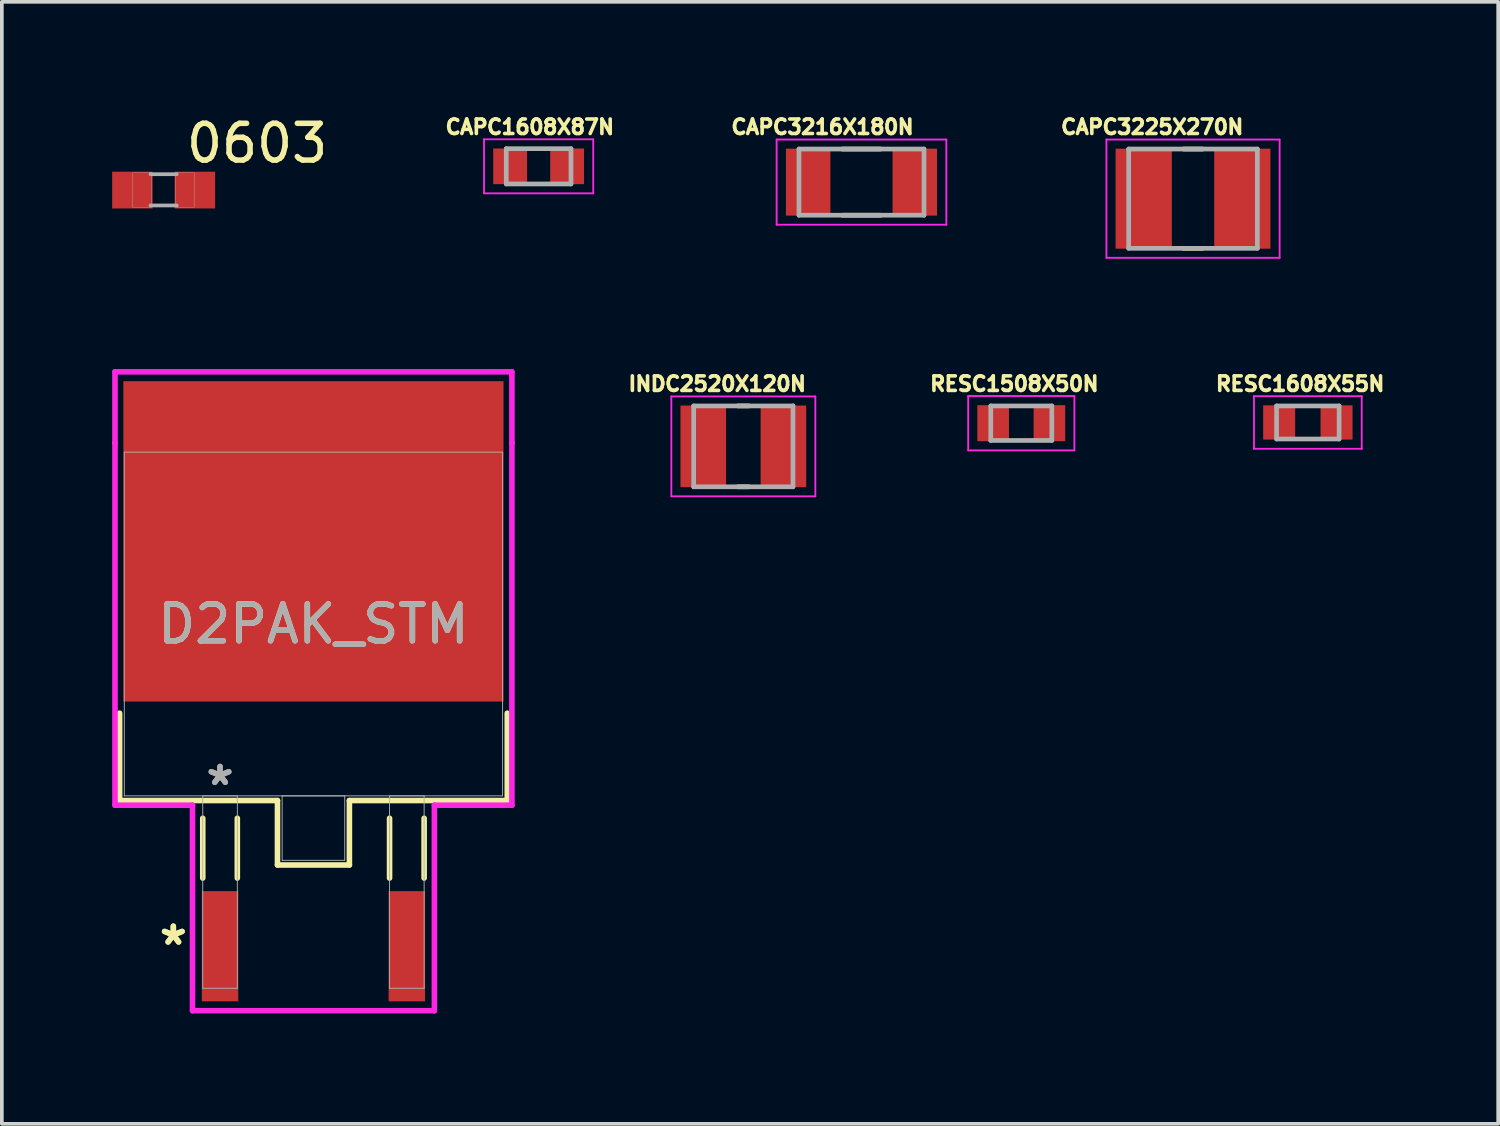
<source format=kicad_pcb>
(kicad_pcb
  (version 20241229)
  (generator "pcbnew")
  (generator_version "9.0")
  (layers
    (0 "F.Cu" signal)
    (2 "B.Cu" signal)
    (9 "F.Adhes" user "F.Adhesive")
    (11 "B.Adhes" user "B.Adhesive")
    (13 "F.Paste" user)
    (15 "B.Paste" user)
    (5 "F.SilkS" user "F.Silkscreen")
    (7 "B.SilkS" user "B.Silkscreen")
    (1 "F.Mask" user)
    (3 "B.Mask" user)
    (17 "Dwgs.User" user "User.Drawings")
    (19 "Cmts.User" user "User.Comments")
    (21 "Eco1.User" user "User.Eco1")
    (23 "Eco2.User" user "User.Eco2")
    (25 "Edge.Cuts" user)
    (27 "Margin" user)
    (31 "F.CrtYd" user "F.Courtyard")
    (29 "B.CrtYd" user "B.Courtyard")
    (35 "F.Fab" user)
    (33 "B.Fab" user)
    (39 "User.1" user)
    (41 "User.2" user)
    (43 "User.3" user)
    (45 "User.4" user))
  (footprint "RESC1608X55N"
    (layer "F.Cu")
    (at 32.517 8.439)
    (property "Reference" "RESC1608X55N" (at -0.21 -1.05 0) (layer "F.SilkS") (effects (font (size 0.394 0.394) (thickness 0.15))))
    (attr smd)
    (fp_line (start -1.465 -0.715) (end 1.465 -0.715) (stroke (width 0.05) (type solid)) (layer "F.CrtYd"))
    (fp_line (start -1.465 0.715) (end -1.465 -0.715) (stroke (width 0.05) (type solid)) (layer "F.CrtYd"))
    (fp_line (start -1.465 0.715) (end 1.465 0.715) (stroke (width 0.05) (type solid)) (layer "F.CrtYd"))
    (fp_line (start 1.465 0.715) (end 1.465 -0.715) (stroke (width 0.05) (type solid)) (layer "F.CrtYd"))
    (fp_line (start -0.85 0.45) (end -0.85 -0.45) (stroke (width 0.127) (type solid)) (layer "F.Fab"))
    (fp_line (start 0.85 -0.45) (end -0.85 -0.45) (stroke (width 0.127) (type solid)) (layer "F.Fab"))
    (fp_line (start 0.85 0.45) (end -0.85 0.45) (stroke (width 0.127) (type solid)) (layer "F.Fab"))
    (fp_line (start 0.85 0.45) (end 0.85 -0.45) (stroke (width 0.127) (type solid)) (layer "F.Fab"))
    (pad "1" smd rect (at -0.78 0) (size 0.87 0.93) (layers "F.Cu" "F.Mask" "F.Paste"))
    (pad "2" smd rect (at 0.78 0) (size 0.87 0.93) (layers "F.Cu" "F.Mask" "F.Paste")))
  (footprint "RESC1508X50N"
    (layer "F.Cu")
    (at 24.724 8.459)
    (property "Reference" "RESC1508X50N" (at -0.19 -1.07 0) (layer "F.SilkS") (effects (font (size 0.394 0.394) (thickness 0.15))))
    (attr smd)
    (fp_line (start -1.444 -0.74) (end 1.444 -0.74) (stroke (width 0.05) (type solid)) (layer "F.CrtYd"))
    (fp_line (start -1.444 0.74) (end -1.444 -0.74) (stroke (width 0.05) (type solid)) (layer "F.CrtYd"))
    (fp_line (start -1.444 0.74) (end 1.444 0.74) (stroke (width 0.05) (type solid)) (layer "F.CrtYd"))
    (fp_line (start 1.444 0.74) (end 1.444 -0.74) (stroke (width 0.05) (type solid)) (layer "F.CrtYd"))
    (fp_line (start -0.83 0.47) (end -0.83 -0.47) (stroke (width 0.127) (type solid)) (layer "F.Fab"))
    (fp_line (start 0.83 -0.47) (end -0.83 -0.47) (stroke (width 0.127) (type solid)) (layer "F.Fab"))
    (fp_line (start 0.83 0.47) (end -0.83 0.47) (stroke (width 0.127) (type solid)) (layer "F.Fab"))
    (fp_line (start 0.83 0.47) (end 0.83 -0.47) (stroke (width 0.127) (type solid)) (layer "F.Fab"))
    (pad "1" smd rect (at -0.765 0) (size 0.86 0.98) (layers "F.Cu" "F.Mask" "F.Paste"))
    (pad "2" smd rect (at 0.765 0) (size 0.86 0.98) (layers "F.Cu" "F.Mask" "F.Paste")))
  (footprint "INDC2520X120N"
    (layer "F.Cu")
    (at 17.165 9.089)
    (property "Reference" "INDC2520X120N" (at -0.71 -1.7 0) (layer "F.SilkS") (effects (font (size 0.394 0.394) (thickness 0.15))))
    (attr smd)
    (fp_line (start -0.15 -1.1) (end 0.15 -1.1) (stroke (width 0.127) (type solid)) (layer "F.SilkS"))
    (fp_line (start -0.15 1.1) (end 0.15 1.1) (stroke (width 0.127) (type solid)) (layer "F.SilkS"))
    (fp_line (start -1.958 -1.358) (end 1.958 -1.358) (stroke (width 0.05) (type solid)) (layer "F.CrtYd"))
    (fp_line (start -1.958 1.358) (end -1.958 -1.358) (stroke (width 0.05) (type solid)) (layer "F.CrtYd"))
    (fp_line (start -1.958 1.358) (end 1.958 1.358) (stroke (width 0.05) (type solid)) (layer "F.CrtYd"))
    (fp_line (start 1.958 1.358) (end 1.958 -1.358) (stroke (width 0.05) (type solid)) (layer "F.CrtYd"))
    (fp_line (start -1.35 1.1) (end -1.35 -1.1) (stroke (width 0.127) (type solid)) (layer "F.Fab"))
    (fp_line (start 1.35 -1.1) (end -1.35 -1.1) (stroke (width 0.127) (type solid)) (layer "F.Fab"))
    (fp_line (start 1.35 1.1) (end -1.35 1.1) (stroke (width 0.127) (type solid)) (layer "F.Fab"))
    (fp_line (start 1.35 1.1) (end 1.35 -1.1) (stroke (width 0.127) (type solid)) (layer "F.Fab"))
    (pad "1" smd rect (at -1.09 0) (size 1.24 2.22) (layers "F.Cu" "F.Mask" "F.Paste"))
    (pad "2" smd rect (at 1.09 0) (size 1.24 2.22) (layers "F.Cu" "F.Mask" "F.Paste")))
  (footprint "0603"
    (layer "F.Cu")
    (at 1.4 2.119)
    (property "Reference" "0603" (at 2.541 -1.271 0) (layer "F.SilkS") (effects (font (size 1 1) (thickness 0.15))))
    (attr smd)
    (fp_line (start -0.356 -0.432) (end 0.356 -0.432) (stroke (width 0.102) (type solid)) (layer "F.Fab"))
    (fp_line (start -0.356 0.419) (end 0.356 0.419) (stroke (width 0.102) (type solid)) (layer "F.Fab"))
    (fp_poly (pts (xy -0.839 -0.48) (xy -0.338 -0.48) (xy -0.338 0.47) (xy -0.839 0.47)) (stroke (width 0.01) (type solid)) (fill no) (layer "F.Fab"))
    (fp_poly (pts (xy 0.33 -0.48) (xy 0.83 -0.48) (xy 0.83 0.47) (xy 0.33 0.47)) (stroke (width 0.01) (type solid)) (fill no) (layer "F.Fab"))
    (pad "1" smd rect (at -0.85 0) (size 1.1 1) (layers "F.Cu" "F.Mask" "F.Paste"))
    (pad "2" smd rect (at 0.85 0) (size 1.1 1) (layers "F.Cu" "F.Mask" "F.Paste")))
  (footprint "CAPC3225X270N"
    (layer "F.Cu")
    (at 29.394 2.353)
    (property "Reference" "CAPC3225X270N" (at -1.11 -1.95 0) (layer "F.SilkS") (effects (font (size 0.394 0.394) (thickness 0.15))))
    (attr smd)
    (fp_line (start -0.26 -1.35) (end 0.26 -1.35) (stroke (width 0.127) (type solid)) (layer "F.SilkS"))
    (fp_line (start -0.26 1.35) (end 0.26 1.35) (stroke (width 0.127) (type solid)) (layer "F.SilkS"))
    (fp_line (start -2.355 -1.608) (end 2.355 -1.608) (stroke (width 0.05) (type solid)) (layer "F.CrtYd"))
    (fp_line (start -2.355 1.608) (end -2.355 -1.608) (stroke (width 0.05) (type solid)) (layer "F.CrtYd"))
    (fp_line (start -2.355 1.608) (end 2.355 1.608) (stroke (width 0.05) (type solid)) (layer "F.CrtYd"))
    (fp_line (start 2.355 1.608) (end 2.355 -1.608) (stroke (width 0.05) (type solid)) (layer "F.CrtYd"))
    (fp_line (start -1.75 1.35) (end -1.75 -1.35) (stroke (width 0.127) (type solid)) (layer "F.Fab"))
    (fp_line (start 1.75 -1.35) (end -1.75 -1.35) (stroke (width 0.127) (type solid)) (layer "F.Fab"))
    (fp_line (start 1.75 1.35) (end -1.75 1.35) (stroke (width 0.127) (type solid)) (layer "F.Fab"))
    (fp_line (start 1.75 1.35) (end 1.75 -1.35) (stroke (width 0.127) (type solid)) (layer "F.Fab"))
    (pad "1" smd rect (at -1.341 0) (size 1.53 2.72) (layers "F.Cu" "F.Mask" "F.Paste"))
    (pad "2" smd rect (at 1.341 0) (size 1.53 2.72) (layers "F.Cu" "F.Mask" "F.Paste")))
  (footprint "CAPC3216X180N"
    (layer "F.Cu")
    (at 20.378 1.903)
    (property "Reference" "CAPC3216X180N" (at -1.06 -1.5 0) (layer "F.SilkS") (effects (font (size 0.394 0.394) (thickness 0.15))))
    (attr smd)
    (fp_line (start -0.52 -0.9) (end 0.52 -0.9) (stroke (width 0.127) (type solid)) (layer "F.SilkS"))
    (fp_line (start -0.52 0.9) (end 0.52 0.9) (stroke (width 0.127) (type solid)) (layer "F.SilkS"))
    (fp_line (start -2.308 -1.158) (end 2.308 -1.158) (stroke (width 0.05) (type solid)) (layer "F.CrtYd"))
    (fp_line (start -2.308 1.158) (end -2.308 -1.158) (stroke (width 0.05) (type solid)) (layer "F.CrtYd"))
    (fp_line (start -2.308 1.158) (end 2.308 1.158) (stroke (width 0.05) (type solid)) (layer "F.CrtYd"))
    (fp_line (start 2.308 1.158) (end 2.308 -1.158) (stroke (width 0.05) (type solid)) (layer "F.CrtYd"))
    (fp_line (start -1.7 0.9) (end -1.7 -0.9) (stroke (width 0.127) (type solid)) (layer "F.Fab"))
    (fp_line (start 1.7 -0.9) (end -1.7 -0.9) (stroke (width 0.127) (type solid)) (layer "F.Fab"))
    (fp_line (start 1.7 0.9) (end -1.7 0.9) (stroke (width 0.127) (type solid)) (layer "F.Fab"))
    (fp_line (start 1.7 0.9) (end 1.7 -0.9) (stroke (width 0.127) (type solid)) (layer "F.Fab"))
    (pad "1" smd rect (at -1.45 0) (size 1.21 1.82) (layers "F.Cu" "F.Mask" "F.Paste"))
    (pad "2" smd rect (at 1.45 0) (size 1.21 1.82) (layers "F.Cu" "F.Mask" "F.Paste")))
  (footprint "D2PAK_STM"
    (layer "F.Cu")
    (at 5.474 13.92)
    (property "Reference" "D2PAK_STM" (at 0 0 0) (unlocked yes) (layer "F.SilkS") (effects (font (size 1 1) (thickness 0.15))))
    (attr smd)
    (fp_line (start -5.271 2.425) (end -5.271 4.801) (stroke (width 0.152) (type solid)) (layer "F.SilkS"))
    (fp_line (start -5.271 4.801) (end -0.978 4.801) (stroke (width 0.152) (type solid)) (layer "F.SilkS"))
    (fp_line (start -3.01 5.283) (end -3.01 6.909) (stroke (width 0.152) (type solid)) (layer "F.SilkS"))
    (fp_line (start -2.07 5.283) (end -2.07 6.909) (stroke (width 0.152) (type solid)) (layer "F.SilkS"))
    (fp_line (start -0.978 4.801) (end -0.978 6.553) (stroke (width 0.152) (type solid)) (layer "F.SilkS"))
    (fp_line (start -0.978 6.553) (end 0.978 6.553) (stroke (width 0.152) (type solid)) (layer "F.SilkS"))
    (fp_line (start 0.978 4.801) (end 5.271 4.801) (stroke (width 0.152) (type solid)) (layer "F.SilkS"))
    (fp_line (start 0.978 6.553) (end 0.978 4.801) (stroke (width 0.152) (type solid)) (layer "F.SilkS"))
    (fp_line (start 2.07 5.283) (end 2.07 6.909) (stroke (width 0.152) (type solid)) (layer "F.SilkS"))
    (fp_line (start 3.01 5.283) (end 3.01 6.909) (stroke (width 0.152) (type solid)) (layer "F.SilkS"))
    (fp_line (start 5.271 4.801) (end 5.271 2.425) (stroke (width 0.152) (type solid)) (layer "F.SilkS"))
    (fp_line (start -5.397 -6.858) (end 5.397 -6.858) (stroke (width 0.152) (type solid)) (layer "F.CrtYd"))
    (fp_line (start -5.397 -4.928) (end -5.397 -6.858) (stroke (width 0.152) (type solid)) (layer "F.CrtYd"))
    (fp_line (start -5.397 -4.928) (end -5.397 -4.928) (stroke (width 0.152) (type solid)) (layer "F.CrtYd"))
    (fp_line (start -5.397 4.928) (end -5.397 -4.928) (stroke (width 0.152) (type solid)) (layer "F.CrtYd"))
    (fp_line (start -3.289 4.928) (end -5.397 4.928) (stroke (width 0.152) (type solid)) (layer "F.CrtYd"))
    (fp_line (start -3.289 10.516) (end -3.289 4.928) (stroke (width 0.152) (type solid)) (layer "F.CrtYd"))
    (fp_line (start 3.289 4.928) (end 3.289 10.516) (stroke (width 0.152) (type solid)) (layer "F.CrtYd"))
    (fp_line (start 3.289 10.516) (end -3.289 10.516) (stroke (width 0.152) (type solid)) (layer "F.CrtYd"))
    (fp_line (start 5.397 -6.858) (end 5.397 -4.928) (stroke (width 0.152) (type solid)) (layer "F.CrtYd"))
    (fp_line (start 5.397 -4.928) (end 5.397 -4.928) (stroke (width 0.152) (type solid)) (layer "F.CrtYd"))
    (fp_line (start 5.397 -4.928) (end 5.397 4.928) (stroke (width 0.152) (type solid)) (layer "F.CrtYd"))
    (fp_line (start 5.397 4.928) (end 3.289 4.928) (stroke (width 0.152) (type solid)) (layer "F.CrtYd"))
    (fp_line (start -5.144 -4.674) (end -5.144 4.674) (stroke (width 0.025) (type solid)) (layer "F.Fab"))
    (fp_line (start -5.144 4.674) (end 5.144 4.674) (stroke (width 0.025) (type solid)) (layer "F.Fab"))
    (fp_line (start -3.01 4.674) (end -3.01 9.906) (stroke (width 0.025) (type solid)) (layer "F.Fab"))
    (fp_line (start -3.01 9.906) (end -2.07 9.906) (stroke (width 0.025) (type solid)) (layer "F.Fab"))
    (fp_line (start -2.07 4.674) (end -3.01 4.674) (stroke (width 0.025) (type solid)) (layer "F.Fab"))
    (fp_line (start -2.07 9.906) (end -2.07 4.674) (stroke (width 0.025) (type solid)) (layer "F.Fab"))
    (fp_line (start -0.851 4.674) (end -0.851 6.426) (stroke (width 0.025) (type solid)) (layer "F.Fab"))
    (fp_line (start -0.851 6.426) (end 0.851 6.426) (stroke (width 0.025) (type solid)) (layer "F.Fab"))
    (fp_line (start 0.851 4.674) (end -0.851 4.674) (stroke (width 0.025) (type solid)) (layer "F.Fab"))
    (fp_line (start 0.851 6.426) (end 0.851 4.674) (stroke (width 0.025) (type solid)) (layer "F.Fab"))
    (fp_line (start 2.07 4.674) (end 2.07 9.906) (stroke (width 0.025) (type solid)) (layer "F.Fab"))
    (fp_line (start 2.07 9.906) (end 3.01 9.906) (stroke (width 0.025) (type solid)) (layer "F.Fab"))
    (fp_line (start 3.01 4.674) (end 2.07 4.674) (stroke (width 0.025) (type solid)) (layer "F.Fab"))
    (fp_line (start 3.01 9.906) (end 3.01 4.674) (stroke (width 0.025) (type solid)) (layer "F.Fab"))
    (fp_line (start 5.144 -4.674) (end -5.144 -4.674) (stroke (width 0.025) (type solid)) (layer "F.Fab"))
    (fp_line (start 5.144 4.674) (end 5.144 -4.674) (stroke (width 0.025) (type solid)) (layer "F.Fab"))
    (fp_text user "*" (at -3.81 8.763 0) (layer "F.SilkS") (effects (font (size 1 1) (thickness 0.15))))
    (fp_text user "*" (at -3.81 8.763 0) (unlocked yes) (layer "F.SilkS") (effects (font (size 1 1) (thickness 0.15))))
    (fp_text user "*" (at -2.54 4.42 0) (layer "F.Fab") (effects (font (size 1 1) (thickness 0.15))))
    (fp_text user "*" (at -2.54 4.42 0) (unlocked yes) (layer "F.Fab") (effects (font (size 1 1) (thickness 0.15))))
    (fp_text user "${REFERENCE}" (at 0 0 0) (unlocked yes) (layer "F.Fab") (effects (font (size 1 1) (thickness 0.15))))
    (pad "1" smd rect (at -2.54 8.763) (size 0.991 2.997) (layers "F.Cu" "F.Mask" "F.Paste"))
    (pad "2" smd rect (at 2.54 8.763) (size 0.991 2.997) (layers "F.Cu" "F.Mask" "F.Paste"))
    (pad "3" smd rect (at 0 -2.248) (size 10.338 8.712) (layers "F.Cu" "F.Mask" "F.Paste")))
  (footprint "CAPC1608X87N"
    (layer "F.Cu")
    (at 11.598 1.473)
    (property "Reference" "CAPC1608X87N" (at -0.24 -1.07 0) (layer "F.SilkS") (effects (font (size 0.394 0.394) (thickness 0.15))))
    (attr smd)
    (fp_line (start -1.485 -0.735) (end 1.485 -0.735) (stroke (width 0.05) (type solid)) (layer "F.CrtYd"))
    (fp_line (start -1.485 0.735) (end -1.485 -0.735) (stroke (width 0.05) (type solid)) (layer "F.CrtYd"))
    (fp_line (start -1.485 0.735) (end 1.485 0.735) (stroke (width 0.05) (type solid)) (layer "F.CrtYd"))
    (fp_line (start 1.485 0.735) (end 1.485 -0.735) (stroke (width 0.05) (type solid)) (layer "F.CrtYd"))
    (fp_line (start -0.88 0.48) (end -0.88 -0.48) (stroke (width 0.127) (type solid)) (layer "F.Fab"))
    (fp_line (start 0.88 -0.48) (end -0.88 -0.48) (stroke (width 0.127) (type solid)) (layer "F.Fab"))
    (fp_line (start 0.88 0.48) (end -0.88 0.48) (stroke (width 0.127) (type solid)) (layer "F.Fab"))
    (fp_line (start 0.88 0.48) (end 0.88 -0.48) (stroke (width 0.127) (type solid)) (layer "F.Fab"))
    (pad "1" smd rect (at -0.775 0) (size 0.92 0.97) (layers "F.Cu" "F.Mask" "F.Paste"))
    (pad "2" smd rect (at 0.775 0) (size 0.92 0.97) (layers "F.Cu" "F.Mask" "F.Paste")))
  (gr_rect
    (start -3 -3)
    (end 37.693 27.512)
    (stroke (width 0.1) (type default))
    (fill no)
    (layer "Edge.Cuts")))
</source>
